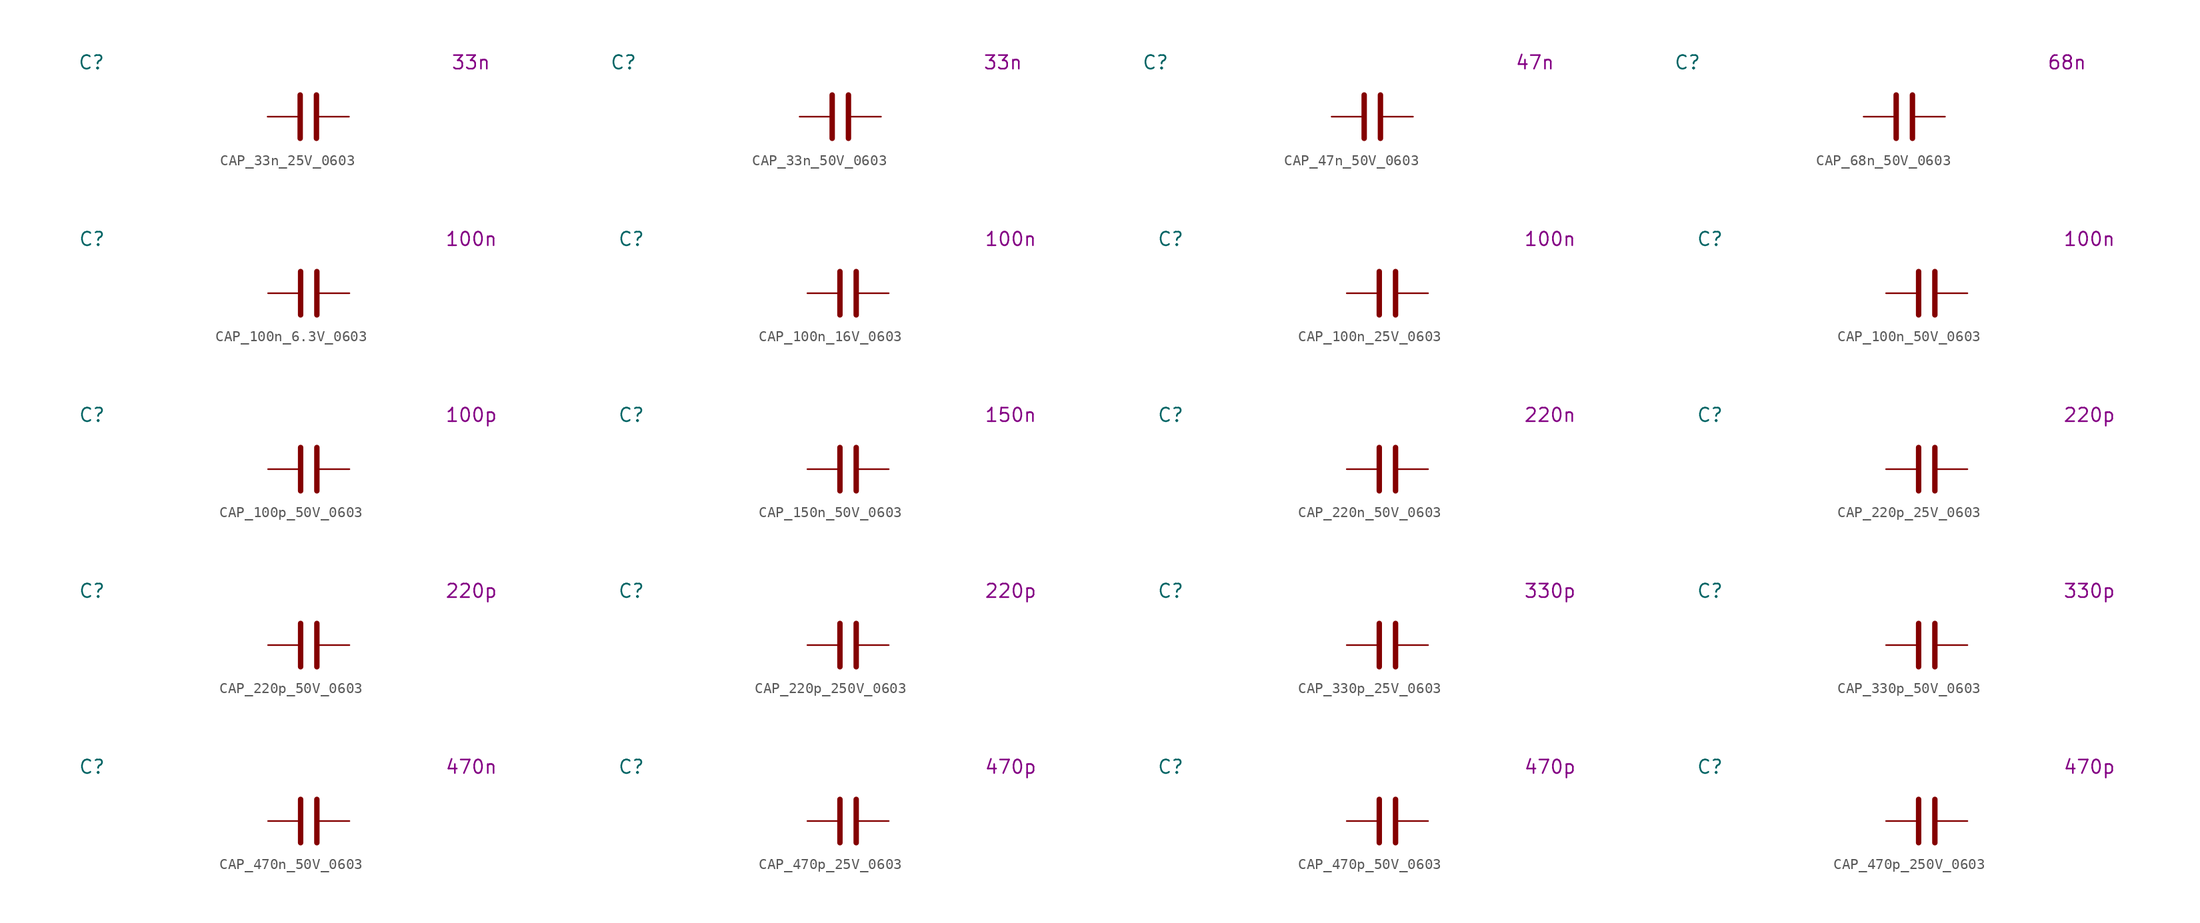
<source format=kicad_sym>
(kicad_symbol_lib
  (version 20231120)
  (generator "kicad_symbol_editor")
  (generator_version "8.0")
  (symbol "CAP_33n_25V_0603"
    (pin_numbers hide)
    (property "Reference" "C"
      (at -20.32 5.08 0)
      (effects (font (size 1.27 1.27))))
    (property "Display Value" "33n"
      (at 15.24 5.08 0)
      (effects (font (size 1.27 1.27))))
    (symbol "CAP_33n_25V_0603_0_1"
      (polyline (pts (xy -0.762 -2.032) (xy -0.762 2.032)) (stroke (width 0.508) (type default)) (fill (type none)))
      (polyline (pts (xy 0.762 -2.032) (xy 0.762 2.032)) (stroke (width 0.508) (type default)) (fill (type none))))
    (symbol "CAP_33n_25V_0603_1_1"
      (pin passive line (at -3.81 0 0) (length 2.794) (name "~" (effects (font (size 1.27 1.27)))) (number "1" (effects (font (size 1.27 1.27)))))
      (pin passive line (at 3.81 0 180) (length 2.794) (name "~" (effects (font (size 1.27 1.27)))) (number "2" (effects (font (size 1.27 1.27)))))))
  (symbol "CAP_33n_50V_0603"
    (pin_numbers hide)
    (property "Reference" "C"
      (at -20.32 5.08 0)
      (effects (font (size 1.27 1.27))))
    (property "Display Value" "33n"
      (at 15.24 5.08 0)
      (effects (font (size 1.27 1.27))))
    (symbol "CAP_33n_50V_0603_0_1"
      (polyline (pts (xy -0.762 -2.032) (xy -0.762 2.032)) (stroke (width 0.508) (type default)) (fill (type none)))
      (polyline (pts (xy 0.762 -2.032) (xy 0.762 2.032)) (stroke (width 0.508) (type default)) (fill (type none))))
    (symbol "CAP_33n_50V_0603_1_1"
      (pin passive line (at -3.81 0 0) (length 2.794) (name "~" (effects (font (size 1.27 1.27)))) (number "1" (effects (font (size 1.27 1.27)))))
      (pin passive line (at 3.81 0 180) (length 2.794) (name "~" (effects (font (size 1.27 1.27)))) (number "2" (effects (font (size 1.27 1.27)))))))
  (symbol "CAP_47n_50V_0603"
    (pin_numbers hide)
    (property "Reference" "C"
      (at -20.32 5.08 0)
      (effects (font (size 1.27 1.27))))
    (property "Display Value" "47n"
      (at 15.24 5.08 0)
      (effects (font (size 1.27 1.27))))
    (symbol "CAP_47n_50V_0603_0_1"
      (polyline (pts (xy -0.762 -2.032) (xy -0.762 2.032)) (stroke (width 0.508) (type default)) (fill (type none)))
      (polyline (pts (xy 0.762 -2.032) (xy 0.762 2.032)) (stroke (width 0.508) (type default)) (fill (type none))))
    (symbol "CAP_47n_50V_0603_1_1"
      (pin passive line (at -3.81 0 0) (length 2.794) (name "~" (effects (font (size 1.27 1.27)))) (number "1" (effects (font (size 1.27 1.27)))))
      (pin passive line (at 3.81 0 180) (length 2.794) (name "~" (effects (font (size 1.27 1.27)))) (number "2" (effects (font (size 1.27 1.27)))))))
  (symbol "CAP_68n_50V_0603"
    (pin_numbers hide)
    (property "Reference" "C"
      (at -20.32 5.08 0)
      (effects (font (size 1.27 1.27))))
    (property "Display Value" "68n"
      (at 15.24 5.08 0)
      (effects (font (size 1.27 1.27))))
    (symbol "CAP_68n_50V_0603_0_1"
      (polyline (pts (xy -0.762 -2.032) (xy -0.762 2.032)) (stroke (width 0.508) (type default)) (fill (type none)))
      (polyline (pts (xy 0.762 -2.032) (xy 0.762 2.032)) (stroke (width 0.508) (type default)) (fill (type none))))
    (symbol "CAP_68n_50V_0603_1_1"
      (pin passive line (at -3.81 0 0) (length 2.794) (name "~" (effects (font (size 1.27 1.27)))) (number "1" (effects (font (size 1.27 1.27)))))
      (pin passive line (at 3.81 0 180) (length 2.794) (name "~" (effects (font (size 1.27 1.27)))) (number "2" (effects (font (size 1.27 1.27)))))))
  (symbol "CAP_100n_6.3V_0603"
    (pin_numbers hide)
    (property "Reference" "C"
      (at -20.32 5.08 0)
      (effects (font (size 1.27 1.27))))
    (property "Display Value" "100n"
      (at 15.24 5.08 0)
      (effects (font (size 1.27 1.27))))
    (symbol "CAP_100n_6.3V_0603_0_1"
      (polyline (pts (xy -0.762 -2.032) (xy -0.762 2.032)) (stroke (width 0.508) (type default)) (fill (type none)))
      (polyline (pts (xy 0.762 -2.032) (xy 0.762 2.032)) (stroke (width 0.508) (type default)) (fill (type none))))
    (symbol "CAP_100n_6.3V_0603_1_1"
      (pin passive line (at -3.81 0 0) (length 2.794) (name "~" (effects (font (size 1.27 1.27)))) (number "1" (effects (font (size 1.27 1.27)))))
      (pin passive line (at 3.81 0 180) (length 2.794) (name "~" (effects (font (size 1.27 1.27)))) (number "2" (effects (font (size 1.27 1.27)))))))
  (symbol "CAP_100n_16V_0603"
    (pin_numbers hide)
    (property "Reference" "C"
      (at -20.32 5.08 0)
      (effects (font (size 1.27 1.27))))
    (property "Display Value" "100n"
      (at 15.24 5.08 0)
      (effects (font (size 1.27 1.27))))
    (symbol "CAP_100n_16V_0603_0_1"
      (polyline (pts (xy -0.762 -2.032) (xy -0.762 2.032)) (stroke (width 0.508) (type default)) (fill (type none)))
      (polyline (pts (xy 0.762 -2.032) (xy 0.762 2.032)) (stroke (width 0.508) (type default)) (fill (type none))))
    (symbol "CAP_100n_16V_0603_1_1"
      (pin passive line (at -3.81 0 0) (length 2.794) (name "~" (effects (font (size 1.27 1.27)))) (number "1" (effects (font (size 1.27 1.27)))))
      (pin passive line (at 3.81 0 180) (length 2.794) (name "~" (effects (font (size 1.27 1.27)))) (number "2" (effects (font (size 1.27 1.27)))))))
  (symbol "CAP_100n_25V_0603"
    (pin_numbers hide)
    (property "Reference" "C"
      (at -20.32 5.08 0)
      (effects (font (size 1.27 1.27))))
    (property "Display Value" "100n"
      (at 15.24 5.08 0)
      (effects (font (size 1.27 1.27))))
    (symbol "CAP_100n_25V_0603_0_1"
      (polyline (pts (xy -0.762 -2.032) (xy -0.762 2.032)) (stroke (width 0.508) (type default)) (fill (type none)))
      (polyline (pts (xy 0.762 -2.032) (xy 0.762 2.032)) (stroke (width 0.508) (type default)) (fill (type none))))
    (symbol "CAP_100n_25V_0603_1_1"
      (pin passive line (at -3.81 0 0) (length 2.794) (name "~" (effects (font (size 1.27 1.27)))) (number "1" (effects (font (size 1.27 1.27)))))
      (pin passive line (at 3.81 0 180) (length 2.794) (name "~" (effects (font (size 1.27 1.27)))) (number "2" (effects (font (size 1.27 1.27)))))))
  (symbol "CAP_100n_50V_0603"
    (pin_numbers hide)
    (property "Reference" "C"
      (at -20.32 5.08 0)
      (effects (font (size 1.27 1.27))))
    (property "Display Value" "100n"
      (at 15.24 5.08 0)
      (effects (font (size 1.27 1.27))))
    (symbol "CAP_100n_50V_0603_0_1"
      (polyline (pts (xy -0.762 -2.032) (xy -0.762 2.032)) (stroke (width 0.508) (type default)) (fill (type none)))
      (polyline (pts (xy 0.762 -2.032) (xy 0.762 2.032)) (stroke (width 0.508) (type default)) (fill (type none))))
    (symbol "CAP_100n_50V_0603_1_1"
      (pin passive line (at -3.81 0 0) (length 2.794) (name "~" (effects (font (size 1.27 1.27)))) (number "1" (effects (font (size 1.27 1.27)))))
      (pin passive line (at 3.81 0 180) (length 2.794) (name "~" (effects (font (size 1.27 1.27)))) (number "2" (effects (font (size 1.27 1.27)))))))
  (symbol "CAP_100p_50V_0603"
    (pin_numbers hide)
    (property "Reference" "C"
      (at -20.32 5.08 0)
      (effects (font (size 1.27 1.27))))
    (property "Display Value" "100p"
      (at 15.24 5.08 0)
      (effects (font (size 1.27 1.27))))
    (symbol "CAP_100p_50V_0603_0_1"
      (polyline (pts (xy -0.762 -2.032) (xy -0.762 2.032)) (stroke (width 0.508) (type default)) (fill (type none)))
      (polyline (pts (xy 0.762 -2.032) (xy 0.762 2.032)) (stroke (width 0.508) (type default)) (fill (type none))))
    (symbol "CAP_100p_50V_0603_1_1"
      (pin passive line (at -3.81 0 0) (length 2.794) (name "~" (effects (font (size 1.27 1.27)))) (number "1" (effects (font (size 1.27 1.27)))))
      (pin passive line (at 3.81 0 180) (length 2.794) (name "~" (effects (font (size 1.27 1.27)))) (number "2" (effects (font (size 1.27 1.27)))))))
  (symbol "CAP_150n_50V_0603"
    (pin_numbers hide)
    (property "Reference" "C"
      (at -20.32 5.08 0)
      (effects (font (size 1.27 1.27))))
    (property "Display Value" "150n"
      (at 15.24 5.08 0)
      (effects (font (size 1.27 1.27))))
    (symbol "CAP_150n_50V_0603_0_1"
      (polyline (pts (xy -0.762 -2.032) (xy -0.762 2.032)) (stroke (width 0.508) (type default)) (fill (type none)))
      (polyline (pts (xy 0.762 -2.032) (xy 0.762 2.032)) (stroke (width 0.508) (type default)) (fill (type none))))
    (symbol "CAP_150n_50V_0603_1_1"
      (pin passive line (at -3.81 0 0) (length 2.794) (name "~" (effects (font (size 1.27 1.27)))) (number "1" (effects (font (size 1.27 1.27)))))
      (pin passive line (at 3.81 0 180) (length 2.794) (name "~" (effects (font (size 1.27 1.27)))) (number "2" (effects (font (size 1.27 1.27)))))))
  (symbol "CAP_220n_50V_0603"
    (pin_numbers hide)
    (property "Reference" "C"
      (at -20.32 5.08 0)
      (effects (font (size 1.27 1.27))))
    (property "Display Value" "220n"
      (at 15.24 5.08 0)
      (effects (font (size 1.27 1.27))))
    (symbol "CAP_220n_50V_0603_0_1"
      (polyline (pts (xy -0.762 -2.032) (xy -0.762 2.032)) (stroke (width 0.508) (type default)) (fill (type none)))
      (polyline (pts (xy 0.762 -2.032) (xy 0.762 2.032)) (stroke (width 0.508) (type default)) (fill (type none))))
    (symbol "CAP_220n_50V_0603_1_1"
      (pin passive line (at -3.81 0 0) (length 2.794) (name "~" (effects (font (size 1.27 1.27)))) (number "1" (effects (font (size 1.27 1.27)))))
      (pin passive line (at 3.81 0 180) (length 2.794) (name "~" (effects (font (size 1.27 1.27)))) (number "2" (effects (font (size 1.27 1.27)))))))
  (symbol "CAP_220p_25V_0603"
    (pin_numbers hide)
    (property "Reference" "C"
      (at -20.32 5.08 0)
      (effects (font (size 1.27 1.27))))
    (property "Display Value" "220p"
      (at 15.24 5.08 0)
      (effects (font (size 1.27 1.27))))
    (symbol "CAP_220p_25V_0603_0_1"
      (polyline (pts (xy -0.762 -2.032) (xy -0.762 2.032)) (stroke (width 0.508) (type default)) (fill (type none)))
      (polyline (pts (xy 0.762 -2.032) (xy 0.762 2.032)) (stroke (width 0.508) (type default)) (fill (type none))))
    (symbol "CAP_220p_25V_0603_1_1"
      (pin passive line (at -3.81 0 0) (length 2.794) (name "~" (effects (font (size 1.27 1.27)))) (number "1" (effects (font (size 1.27 1.27)))))
      (pin passive line (at 3.81 0 180) (length 2.794) (name "~" (effects (font (size 1.27 1.27)))) (number "2" (effects (font (size 1.27 1.27)))))))
  (symbol "CAP_220p_50V_0603"
    (pin_numbers hide)
    (property "Reference" "C"
      (at -20.32 5.08 0)
      (effects (font (size 1.27 1.27))))
    (property "Display Value" "220p"
      (at 15.24 5.08 0)
      (effects (font (size 1.27 1.27))))
    (symbol "CAP_220p_50V_0603_0_1"
      (polyline (pts (xy -0.762 -2.032) (xy -0.762 2.032)) (stroke (width 0.508) (type default)) (fill (type none)))
      (polyline (pts (xy 0.762 -2.032) (xy 0.762 2.032)) (stroke (width 0.508) (type default)) (fill (type none))))
    (symbol "CAP_220p_50V_0603_1_1"
      (pin passive line (at -3.81 0 0) (length 2.794) (name "~" (effects (font (size 1.27 1.27)))) (number "1" (effects (font (size 1.27 1.27)))))
      (pin passive line (at 3.81 0 180) (length 2.794) (name "~" (effects (font (size 1.27 1.27)))) (number "2" (effects (font (size 1.27 1.27)))))))
  (symbol "CAP_220p_250V_0603"
    (pin_numbers hide)
    (property "Reference" "C"
      (at -20.32 5.08 0)
      (effects (font (size 1.27 1.27))))
    (property "Display Value" "220p"
      (at 15.24 5.08 0)
      (effects (font (size 1.27 1.27))))
    (symbol "CAP_220p_250V_0603_0_1"
      (polyline (pts (xy -0.762 -2.032) (xy -0.762 2.032)) (stroke (width 0.508) (type default)) (fill (type none)))
      (polyline (pts (xy 0.762 -2.032) (xy 0.762 2.032)) (stroke (width 0.508) (type default)) (fill (type none))))
    (symbol "CAP_220p_250V_0603_1_1"
      (pin passive line (at -3.81 0 0) (length 2.794) (name "~" (effects (font (size 1.27 1.27)))) (number "1" (effects (font (size 1.27 1.27)))))
      (pin passive line (at 3.81 0 180) (length 2.794) (name "~" (effects (font (size 1.27 1.27)))) (number "2" (effects (font (size 1.27 1.27)))))))
  (symbol "CAP_330p_25V_0603"
    (pin_numbers hide)
    (property "Reference" "C"
      (at -20.32 5.08 0)
      (effects (font (size 1.27 1.27))))
    (property "Display Value" "330p"
      (at 15.24 5.08 0)
      (effects (font (size 1.27 1.27))))
    (symbol "CAP_330p_25V_0603_0_1"
      (polyline (pts (xy -0.762 -2.032) (xy -0.762 2.032)) (stroke (width 0.508) (type default)) (fill (type none)))
      (polyline (pts (xy 0.762 -2.032) (xy 0.762 2.032)) (stroke (width 0.508) (type default)) (fill (type none))))
    (symbol "CAP_330p_25V_0603_1_1"
      (pin passive line (at -3.81 0 0) (length 2.794) (name "~" (effects (font (size 1.27 1.27)))) (number "1" (effects (font (size 1.27 1.27)))))
      (pin passive line (at 3.81 0 180) (length 2.794) (name "~" (effects (font (size 1.27 1.27)))) (number "2" (effects (font (size 1.27 1.27)))))))
  (symbol "CAP_330p_50V_0603"
    (pin_numbers hide)
    (property "Reference" "C"
      (at -20.32 5.08 0)
      (effects (font (size 1.27 1.27))))
    (property "Display Value" "330p"
      (at 15.24 5.08 0)
      (effects (font (size 1.27 1.27))))
    (symbol "CAP_330p_50V_0603_0_1"
      (polyline (pts (xy -0.762 -2.032) (xy -0.762 2.032)) (stroke (width 0.508) (type default)) (fill (type none)))
      (polyline (pts (xy 0.762 -2.032) (xy 0.762 2.032)) (stroke (width 0.508) (type default)) (fill (type none))))
    (symbol "CAP_330p_50V_0603_1_1"
      (pin passive line (at -3.81 0 0) (length 2.794) (name "~" (effects (font (size 1.27 1.27)))) (number "1" (effects (font (size 1.27 1.27)))))
      (pin passive line (at 3.81 0 180) (length 2.794) (name "~" (effects (font (size 1.27 1.27)))) (number "2" (effects (font (size 1.27 1.27)))))))
  (symbol "CAP_470n_50V_0603"
    (pin_numbers hide)
    (property "Reference" "C"
      (at -20.32 5.08 0)
      (effects (font (size 1.27 1.27))))
    (property "Display Value" "470n"
      (at 15.24 5.08 0)
      (effects (font (size 1.27 1.27))))
    (symbol "CAP_470n_50V_0603_0_1"
      (polyline (pts (xy -0.762 -2.032) (xy -0.762 2.032)) (stroke (width 0.508) (type default)) (fill (type none)))
      (polyline (pts (xy 0.762 -2.032) (xy 0.762 2.032)) (stroke (width 0.508) (type default)) (fill (type none))))
    (symbol "CAP_470n_50V_0603_1_1"
      (pin passive line (at -3.81 0 0) (length 2.794) (name "~" (effects (font (size 1.27 1.27)))) (number "1" (effects (font (size 1.27 1.27)))))
      (pin passive line (at 3.81 0 180) (length 2.794) (name "~" (effects (font (size 1.27 1.27)))) (number "2" (effects (font (size 1.27 1.27)))))))
  (symbol "CAP_470p_25V_0603"
    (pin_numbers hide)
    (property "Reference" "C"
      (at -20.32 5.08 0)
      (effects (font (size 1.27 1.27))))
    (property "Display Value" "470p"
      (at 15.24 5.08 0)
      (effects (font (size 1.27 1.27))))
    (symbol "CAP_470p_25V_0603_0_1"
      (polyline (pts (xy -0.762 -2.032) (xy -0.762 2.032)) (stroke (width 0.508) (type default)) (fill (type none)))
      (polyline (pts (xy 0.762 -2.032) (xy 0.762 2.032)) (stroke (width 0.508) (type default)) (fill (type none))))
    (symbol "CAP_470p_25V_0603_1_1"
      (pin passive line (at -3.81 0 0) (length 2.794) (name "~" (effects (font (size 1.27 1.27)))) (number "1" (effects (font (size 1.27 1.27)))))
      (pin passive line (at 3.81 0 180) (length 2.794) (name "~" (effects (font (size 1.27 1.27)))) (number "2" (effects (font (size 1.27 1.27)))))))
  (symbol "CAP_470p_50V_0603"
    (pin_numbers hide)
    (property "Reference" "C"
      (at -20.32 5.08 0)
      (effects (font (size 1.27 1.27))))
    (property "Display Value" "470p"
      (at 15.24 5.08 0)
      (effects (font (size 1.27 1.27))))
    (symbol "CAP_470p_50V_0603_0_1"
      (polyline (pts (xy -0.762 -2.032) (xy -0.762 2.032)) (stroke (width 0.508) (type default)) (fill (type none)))
      (polyline (pts (xy 0.762 -2.032) (xy 0.762 2.032)) (stroke (width 0.508) (type default)) (fill (type none))))
    (symbol "CAP_470p_50V_0603_1_1"
      (pin passive line (at -3.81 0 0) (length 2.794) (name "~" (effects (font (size 1.27 1.27)))) (number "1" (effects (font (size 1.27 1.27)))))
      (pin passive line (at 3.81 0 180) (length 2.794) (name "~" (effects (font (size 1.27 1.27)))) (number "2" (effects (font (size 1.27 1.27)))))))
  (symbol "CAP_470p_250V_0603"
    (pin_numbers hide)
    (property "Reference" "C"
      (at -20.32 5.08 0)
      (effects (font (size 1.27 1.27))))
    (property "Display Value" "470p"
      (at 15.24 5.08 0)
      (effects (font (size 1.27 1.27))))
    (symbol "CAP_470p_250V_0603_0_1"
      (polyline (pts (xy -0.762 -2.032) (xy -0.762 2.032)) (stroke (width 0.508) (type default)) (fill (type none)))
      (polyline (pts (xy 0.762 -2.032) (xy 0.762 2.032)) (stroke (width 0.508) (type default)) (fill (type none))))
    (symbol "CAP_470p_250V_0603_1_1"
      (pin passive line (at -3.81 0 0) (length 2.794) (name "~" (effects (font (size 1.27 1.27)))) (number "1" (effects (font (size 1.27 1.27)))))
      (pin passive line (at 3.81 0 180) (length 2.794) (name "~" (effects (font (size 1.27 1.27)))) (number "2" (effects (font (size 1.27 1.27))))))))
</source>
